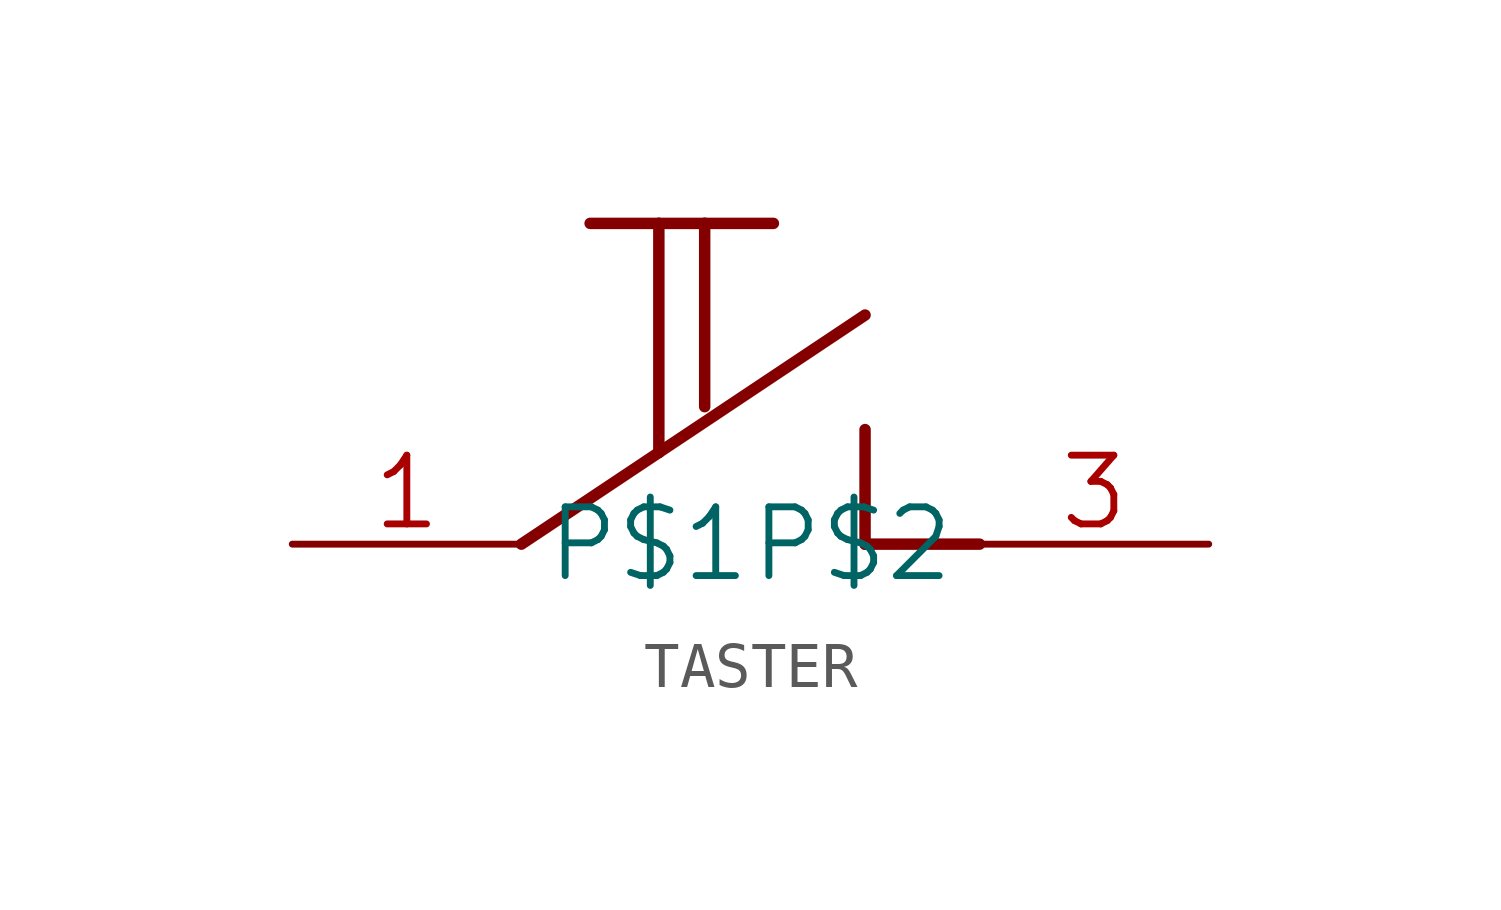
<source format=kicad_sym>
(kicad_symbol_lib
  (version 20241209)
  (generator "kicad_symbol_editor")
  (generator_version "9.0")
  (symbol "TASTER"
    (property "Reference" ""
      (at 0 0 0)
      (effects (font (size 1.27 1.27)) (hide yes)))
    (property "ki_locked" ""
      (at 0 0 0)
      (effects (font (size 1.27 1.27))))
    (symbol "TASTER_1_0"
      (polyline (pts (xy -5.08 0) (xy -2.032 2.032)) (stroke (width 0.254) (type solid)) (fill (type none)))
      (polyline (pts (xy -3.556 7.112) (xy -2.032 7.112)) (stroke (width 0.254) (type solid)) (fill (type none)))
      (polyline (pts (xy -2.032 7.112) (xy -2.032 2.032)) (stroke (width 0.254) (type solid)) (fill (type none)))
      (polyline (pts (xy -2.032 7.112) (xy -1.016 7.112)) (stroke (width 0.254) (type solid)) (fill (type none)))
      (polyline (pts (xy -2.032 2.032) (xy 2.54 5.08)) (stroke (width 0.254) (type solid)) (fill (type none)))
      (polyline (pts (xy -1.016 7.112) (xy -1.016 3.048)) (stroke (width 0.254) (type solid)) (fill (type none)))
      (polyline (pts (xy -1.016 7.112) (xy 0.508 7.112)) (stroke (width 0.254) (type solid)) (fill (type none)))
      (polyline (pts (xy 2.54 2.54) (xy 2.54 0)) (stroke (width 0.254) (type solid)) (fill (type none)))
      (polyline (pts (xy 2.54 0) (xy 5.08 0)) (stroke (width 0.254) (type solid)) (fill (type none)))
      (pin bidirectional line (at -10.16 0 0) (length 5.08) (name "P$1" (effects (font (size 1.524 1.524)))) (number "1" (effects (font (size 1.524 1.524)))))
      (pin bidirectional line (at 10.16 0 180) (length 5.08) (name "P$2" (effects (font (size 1.524 1.524)))) (number "3" (effects (font (size 1.524 1.524))))))))
</source>
